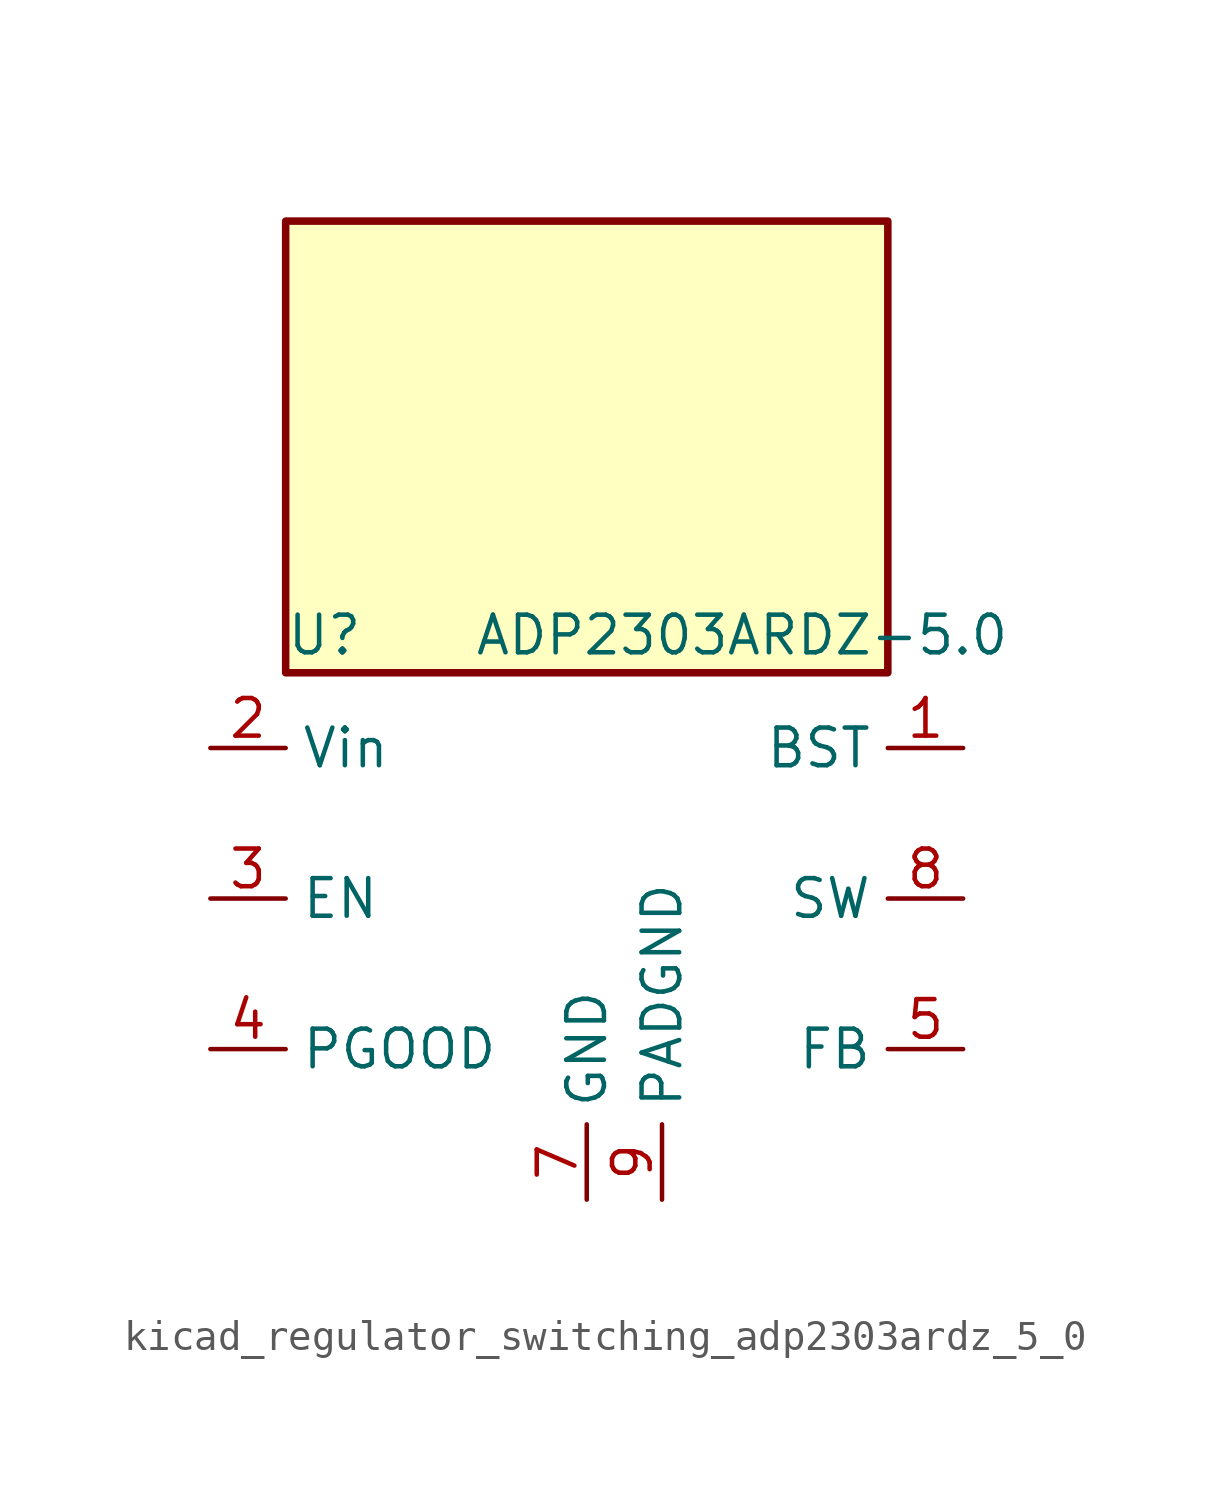
<source format=kicad_sym>
(kicad_symbol_lib
  (version 20220914)
  (generator kicad_symbol_editor)
  (symbol "kicad_regulator_switching_adp2303ardz_5_0"
    (property "Reference" "U"
      (at -10.16 8.89 0)
      (effects (font (size 1.27 1.27)) (justify left)))
    (property "Value" "ADP2303ARDZ-5.0"
      (at -3.81 8.89 0)
      (effects (font (size 1.27 1.27)) (justify left)))
    (symbol "kicad_regulator_switching_adp2303ardz_5_0_0_1"
      (rectangle (start 10.16 22.86) (end -10.16 7.62) (stroke (width 0.254) (type default)) (fill (type background))))
    (symbol "kicad_regulator_switching_adp2303ardz_5_0_1_1"
      (pin input line (at 12.7 5.08 180) (length 2.54) (name "BST" (effects (font (size 1.27 1.27)))) (number "1" (effects (font (size 1.27 1.27)))))
      (pin power_in line (at -12.7 5.08 0) (length 2.54) (name "Vin" (effects (font (size 1.27 1.27)))) (number "2" (effects (font (size 1.27 1.27)))))
      (pin input line (at -12.7 0 0) (length 2.54) (name "EN" (effects (font (size 1.27 1.27)))) (number "3" (effects (font (size 1.27 1.27)))))
      (pin output line (at -12.7 -5.08 0) (length 2.54) (name "PGOOD" (effects (font (size 1.27 1.27)))) (number "4" (effects (font (size 1.27 1.27)))))
      (pin input line (at 12.7 -5.08 180) (length 2.54) (name "FB" (effects (font (size 1.27 1.27)))) (number "5" (effects (font (size 1.27 1.27)))))
      (pin no_connect line (at -10.16 2.54 0) (length 2.54) hide (name "NC" (effects (font (size 1.27 1.27)))) (number "6" (effects (font (size 1.27 1.27)))))
      (pin power_in line (at 0 -10.16 90) (length 2.54) (name "GND" (effects (font (size 1.27 1.27)))) (number "7" (effects (font (size 1.27 1.27)))))
      (pin power_out line (at 12.7 0 180) (length 2.54) (name "SW" (effects (font (size 1.27 1.27)))) (number "8" (effects (font (size 1.27 1.27)))))
      (pin power_in line (at 2.54 -10.16 90) (length 2.54) (name "PADGND" (effects (font (size 1.27 1.27)))) (number "9" (effects (font (size 1.27 1.27))))))))
</source>
